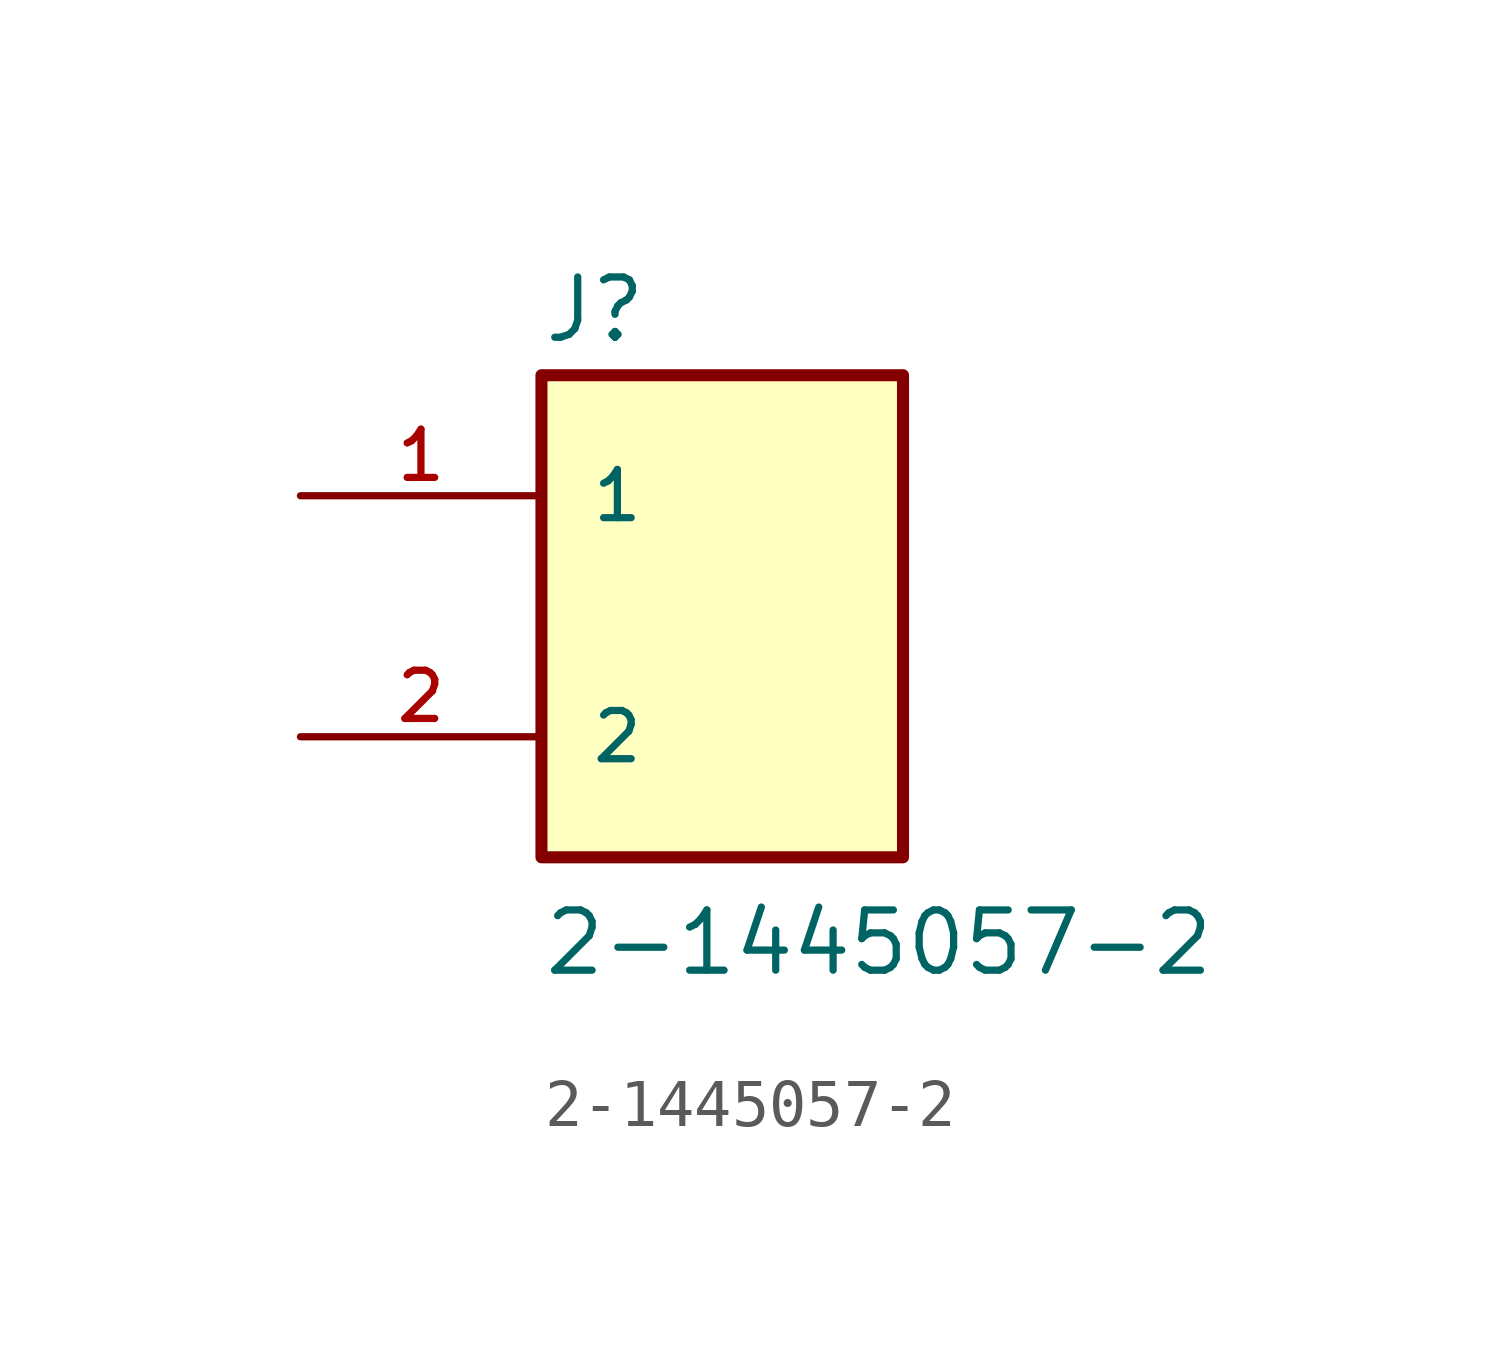
<source format=kicad_sym>
(kicad_symbol_lib
  (version 20211014)
  (generator kicad_symbol_editor)
  (symbol "2-1445057-2"
    (pin_names
      (offset 1.016))
    (property "Reference" "J"
      (at -2.541 5.717 0)
      (effects (font (size 1.27 1.27)) (justify bottom left)))
    (property "Value" "2-1445057-2"
      (at -2.541 -7.623 0)
      (effects (font (size 1.27 1.27)) (justify bottom left)))
    (symbol "2-1445057-2_0_0"
      (rectangle (start -2.54 -5.08) (end 5.08 5.08) (stroke (width 0.254)) (fill (type background)))
      (pin passive line (at -7.62 2.54 0) (length 5.08) (name "1" (effects (font (size 1.016 1.016)))) (number "1" (effects (font (size 1.016 1.016)))))
      (pin passive line (at -7.62 -2.54 0) (length 5.08) (name "2" (effects (font (size 1.016 1.016)))) (number "2" (effects (font (size 1.016 1.016))))))))
</source>
